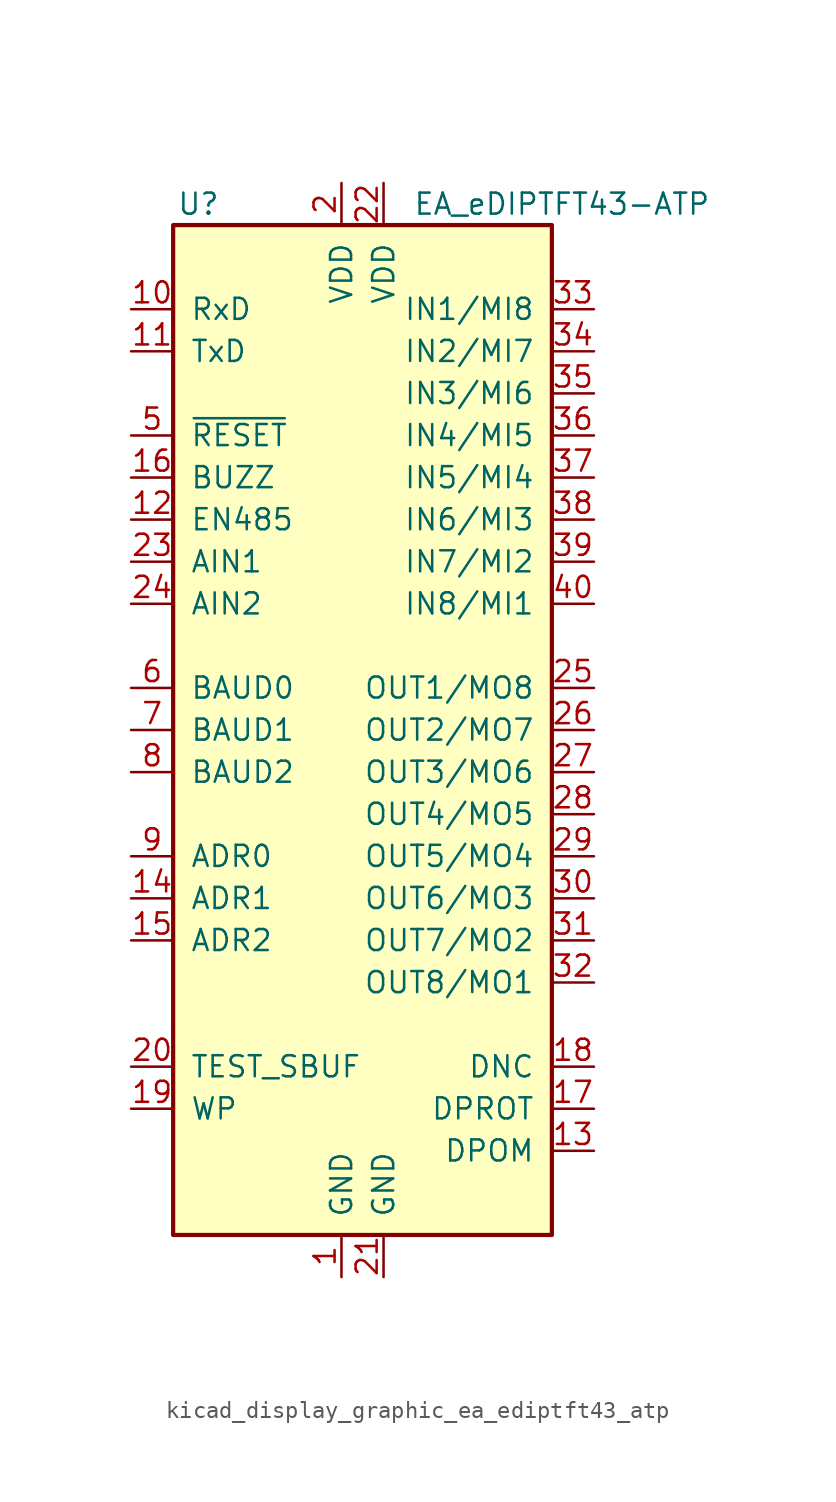
<source format=kicad_sym>
(kicad_symbol_lib
  (version 20220914)
  (generator kicad_symbol_editor)
  (symbol "kicad_display_graphic_ea_ediptft43_atp"
    (pin_names
      (offset 1.016))
    (property "Reference" "U"
      (at -11.176 31.75 0)
      (effects (font (size 1.27 1.27))))
    (property "Value" "EA_eDIPTFT43-ATP"
      (at 1.778 31.75 0)
      (effects (font (size 1.27 1.27)) (justify left)))
    (symbol "kicad_display_graphic_ea_ediptft43_atp_0_1"
      (rectangle (start -12.7 30.48) (end 10.16 -30.48) (stroke (width 0.254) (type default)) (fill (type background))))
    (symbol "kicad_display_graphic_ea_ediptft43_atp_1_1"
      (pin power_in line (at -2.54 -33.02 90) (length 2.54) (name "GND" (effects (font (size 1.27 1.27)))) (number "1" (effects (font (size 1.27 1.27)))))
      (pin input line (at -15.24 25.4 0) (length 2.54) (name "RxD" (effects (font (size 1.27 1.27)))) (number "10" (effects (font (size 1.27 1.27)))))
      (pin output line (at -15.24 22.86 0) (length 2.54) (name "TxD" (effects (font (size 1.27 1.27)))) (number "11" (effects (font (size 1.27 1.27)))))
      (pin output line (at -15.24 12.7 0) (length 2.54) (name "EN485" (effects (font (size 1.27 1.27)))) (number "12" (effects (font (size 1.27 1.27)))))
      (pin input line (at 12.7 -25.4 180) (length 2.54) (name "DPOM" (effects (font (size 1.27 1.27)))) (number "13" (effects (font (size 1.27 1.27)))))
      (pin input line (at -15.24 -10.16 0) (length 2.54) (name "ADR1" (effects (font (size 1.27 1.27)))) (number "14" (effects (font (size 1.27 1.27)))))
      (pin input line (at -15.24 -12.7 0) (length 2.54) (name "ADR2" (effects (font (size 1.27 1.27)))) (number "15" (effects (font (size 1.27 1.27)))))
      (pin output line (at -15.24 15.24 0) (length 2.54) (name "BUZZ" (effects (font (size 1.27 1.27)))) (number "16" (effects (font (size 1.27 1.27)))))
      (pin input line (at 12.7 -22.86 180) (length 2.54) (name "DPROT" (effects (font (size 1.27 1.27)))) (number "17" (effects (font (size 1.27 1.27)))))
      (pin output line (at 12.7 -20.32 180) (length 2.54) (name "DNC" (effects (font (size 1.27 1.27)))) (number "18" (effects (font (size 1.27 1.27)))))
      (pin input line (at -15.24 -22.86 0) (length 2.54) (name "WP" (effects (font (size 1.27 1.27)))) (number "19" (effects (font (size 1.27 1.27)))))
      (pin power_in line (at -2.54 33.02 270) (length 2.54) (name "VDD" (effects (font (size 1.27 1.27)))) (number "2" (effects (font (size 1.27 1.27)))))
      (pin bidirectional line (at -15.24 -20.32 0) (length 2.54) (name "TEST_SBUF" (effects (font (size 1.27 1.27)))) (number "20" (effects (font (size 1.27 1.27)))))
      (pin power_in line (at 0 -33.02 90) (length 2.54) (name "GND" (effects (font (size 1.27 1.27)))) (number "21" (effects (font (size 1.27 1.27)))))
      (pin power_in line (at 0 33.02 270) (length 2.54) (name "VDD" (effects (font (size 1.27 1.27)))) (number "22" (effects (font (size 1.27 1.27)))))
      (pin input line (at -15.24 10.16 0) (length 2.54) (name "AIN1" (effects (font (size 1.27 1.27)))) (number "23" (effects (font (size 1.27 1.27)))))
      (pin input line (at -15.24 7.62 0) (length 2.54) (name "AIN2" (effects (font (size 1.27 1.27)))) (number "24" (effects (font (size 1.27 1.27)))))
      (pin output line (at 12.7 2.54 180) (length 2.54) (name "OUT1/MO8" (effects (font (size 1.27 1.27)))) (number "25" (effects (font (size 1.27 1.27)))))
      (pin output line (at 12.7 0 180) (length 2.54) (name "OUT2/MO7" (effects (font (size 1.27 1.27)))) (number "26" (effects (font (size 1.27 1.27)))))
      (pin output line (at 12.7 -2.54 180) (length 2.54) (name "OUT3/MO6" (effects (font (size 1.27 1.27)))) (number "27" (effects (font (size 1.27 1.27)))))
      (pin output line (at 12.7 -5.08 180) (length 2.54) (name "OUT4/MO5" (effects (font (size 1.27 1.27)))) (number "28" (effects (font (size 1.27 1.27)))))
      (pin output line (at 12.7 -7.62 180) (length 2.54) (name "OUT5/MO4" (effects (font (size 1.27 1.27)))) (number "29" (effects (font (size 1.27 1.27)))))
      (pin no_connect line (at 10.16 -27.94 180) (length 2.54) hide (name "NC" (effects (font (size 1.27 1.27)))) (number "3" (effects (font (size 1.27 1.27)))))
      (pin output line (at 12.7 -10.16 180) (length 2.54) (name "OUT6/MO3" (effects (font (size 1.27 1.27)))) (number "30" (effects (font (size 1.27 1.27)))))
      (pin output line (at 12.7 -12.7 180) (length 2.54) (name "OUT7/MO2" (effects (font (size 1.27 1.27)))) (number "31" (effects (font (size 1.27 1.27)))))
      (pin output line (at 12.7 -15.24 180) (length 2.54) (name "OUT8/MO1" (effects (font (size 1.27 1.27)))) (number "32" (effects (font (size 1.27 1.27)))))
      (pin input line (at 12.7 25.4 180) (length 2.54) (name "IN1/MI8" (effects (font (size 1.27 1.27)))) (number "33" (effects (font (size 1.27 1.27)))))
      (pin input line (at 12.7 22.86 180) (length 2.54) (name "IN2/MI7" (effects (font (size 1.27 1.27)))) (number "34" (effects (font (size 1.27 1.27)))))
      (pin input line (at 12.7 20.32 180) (length 2.54) (name "IN3/MI6" (effects (font (size 1.27 1.27)))) (number "35" (effects (font (size 1.27 1.27)))))
      (pin input line (at 12.7 17.78 180) (length 2.54) (name "IN4/MI5" (effects (font (size 1.27 1.27)))) (number "36" (effects (font (size 1.27 1.27)))))
      (pin input line (at 12.7 15.24 180) (length 2.54) (name "IN5/MI4" (effects (font (size 1.27 1.27)))) (number "37" (effects (font (size 1.27 1.27)))))
      (pin input line (at 12.7 12.7 180) (length 2.54) (name "IN6/MI3" (effects (font (size 1.27 1.27)))) (number "38" (effects (font (size 1.27 1.27)))))
      (pin input line (at 12.7 10.16 180) (length 2.54) (name "IN7/MI2" (effects (font (size 1.27 1.27)))) (number "39" (effects (font (size 1.27 1.27)))))
      (pin no_connect line (at -12.7 -27.94 0) (length 2.54) hide (name "NC" (effects (font (size 1.27 1.27)))) (number "4" (effects (font (size 1.27 1.27)))))
      (pin input line (at 12.7 7.62 180) (length 2.54) (name "IN8/MI1" (effects (font (size 1.27 1.27)))) (number "40" (effects (font (size 1.27 1.27)))))
      (pin input line (at -15.24 17.78 0) (length 2.54) (name "~{RESET}" (effects (font (size 1.27 1.27)))) (number "5" (effects (font (size 1.27 1.27)))))
      (pin input line (at -15.24 2.54 0) (length 2.54) (name "BAUD0" (effects (font (size 1.27 1.27)))) (number "6" (effects (font (size 1.27 1.27)))))
      (pin input line (at -15.24 0 0) (length 2.54) (name "BAUD1" (effects (font (size 1.27 1.27)))) (number "7" (effects (font (size 1.27 1.27)))))
      (pin input line (at -15.24 -2.54 0) (length 2.54) (name "BAUD2" (effects (font (size 1.27 1.27)))) (number "8" (effects (font (size 1.27 1.27)))))
      (pin input line (at -15.24 -7.62 0) (length 2.54) (name "ADR0" (effects (font (size 1.27 1.27)))) (number "9" (effects (font (size 1.27 1.27))))))))
</source>
